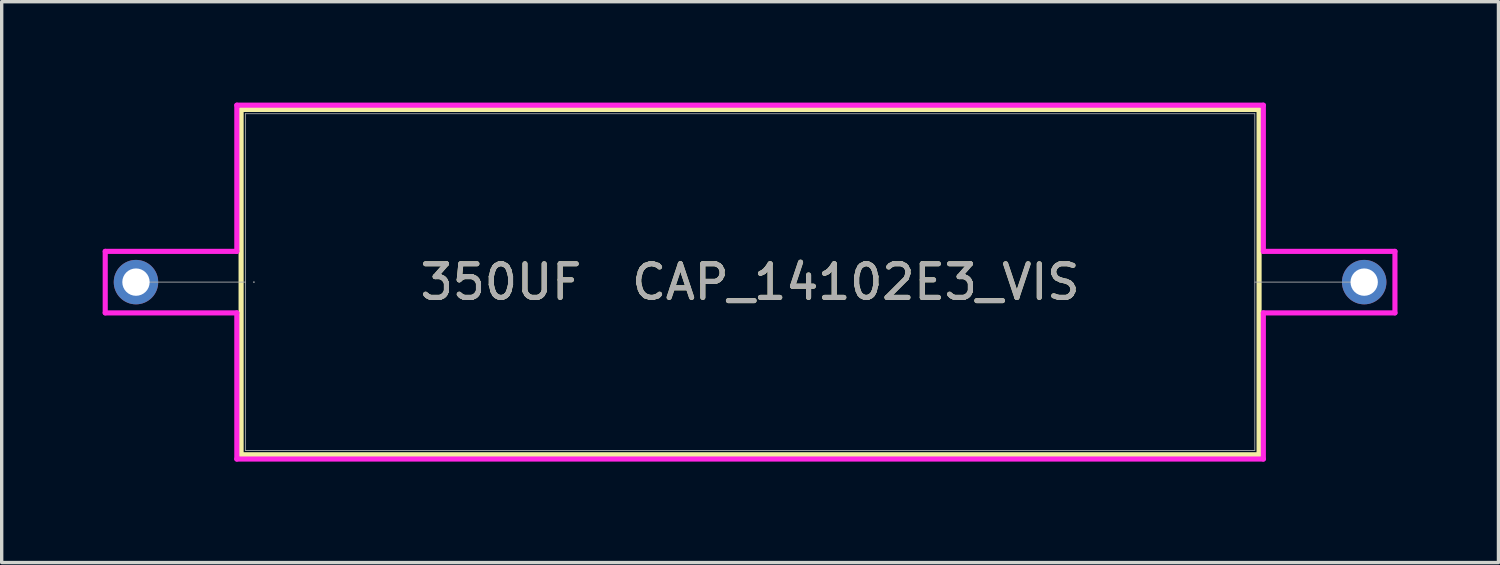
<source format=kicad_pcb>
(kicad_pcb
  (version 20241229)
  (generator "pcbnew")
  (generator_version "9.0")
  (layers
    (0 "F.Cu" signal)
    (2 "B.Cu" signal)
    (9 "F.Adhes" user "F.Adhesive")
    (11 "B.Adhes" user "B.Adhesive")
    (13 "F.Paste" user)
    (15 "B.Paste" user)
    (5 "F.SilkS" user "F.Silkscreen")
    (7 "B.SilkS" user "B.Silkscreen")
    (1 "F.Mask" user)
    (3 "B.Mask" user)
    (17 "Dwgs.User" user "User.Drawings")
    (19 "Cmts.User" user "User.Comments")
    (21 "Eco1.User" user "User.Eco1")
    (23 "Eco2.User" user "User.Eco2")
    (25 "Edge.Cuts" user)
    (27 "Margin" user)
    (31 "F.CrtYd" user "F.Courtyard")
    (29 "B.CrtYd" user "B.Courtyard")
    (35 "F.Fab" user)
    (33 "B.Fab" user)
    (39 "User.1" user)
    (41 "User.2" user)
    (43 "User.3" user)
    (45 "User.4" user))
  (footprint "350UF  CAP_14102E3_VIS"
    (layer "F.Cu")
    (at 0.991 5.334)
    (property "Reference" "350UF  CAP_14102E3_VIS" (at 18.25 0 0) (unlocked yes) (layer "F.SilkS") (effects (font (size 1 1) (thickness 0.15))))
    (attr through_hole)
    (fp_line (start 3.124 -5.131) (end 3.124 5.131) (stroke (width 0.152) (type solid)) (layer "F.SilkS"))
    (fp_line (start 3.124 5.131) (end 33.376 5.131) (stroke (width 0.152) (type solid)) (layer "F.SilkS"))
    (fp_line (start 33.376 -5.131) (end 3.124 -5.131) (stroke (width 0.152) (type solid)) (layer "F.SilkS"))
    (fp_line (start 33.376 5.131) (end 33.376 -5.131) (stroke (width 0.152) (type solid)) (layer "F.SilkS"))
    (fp_line (start -0.914 -0.914) (end 2.997 -0.914) (stroke (width 0.152) (type solid)) (layer "F.CrtYd"))
    (fp_line (start -0.914 0.914) (end -0.914 -0.914) (stroke (width 0.152) (type solid)) (layer "F.CrtYd"))
    (fp_line (start 2.997 -5.258) (end 33.503 -5.258) (stroke (width 0.152) (type solid)) (layer "F.CrtYd"))
    (fp_line (start 2.997 -0.914) (end 2.997 -5.258) (stroke (width 0.152) (type solid)) (layer "F.CrtYd"))
    (fp_line (start 2.997 0.914) (end -0.914 0.914) (stroke (width 0.152) (type solid)) (layer "F.CrtYd"))
    (fp_line (start 2.997 5.258) (end 2.997 0.914) (stroke (width 0.152) (type solid)) (layer "F.CrtYd"))
    (fp_line (start 2.997 5.258) (end 33.503 5.258) (stroke (width 0.152) (type solid)) (layer "F.CrtYd"))
    (fp_line (start 33.503 -5.258) (end 33.503 -0.914) (stroke (width 0.152) (type solid)) (layer "F.CrtYd"))
    (fp_line (start 33.503 -0.914) (end 37.414 -0.914) (stroke (width 0.152) (type solid)) (layer "F.CrtYd"))
    (fp_line (start 33.503 0.914) (end 33.503 5.258) (stroke (width 0.152) (type solid)) (layer "F.CrtYd"))
    (fp_line (start 37.414 -0.914) (end 37.414 0.914) (stroke (width 0.152) (type solid)) (layer "F.CrtYd"))
    (fp_line (start 37.414 0.914) (end 33.503 0.914) (stroke (width 0.152) (type solid)) (layer "F.CrtYd"))
    (fp_line (start 0 0) (end 3.251 0) (stroke (width 0.025) (type solid)) (layer "F.Fab"))
    (fp_line (start 3.251 -5.004) (end 3.251 5.004) (stroke (width 0.025) (type solid)) (layer "F.Fab"))
    (fp_line (start 3.251 5.004) (end 33.249 5.004) (stroke (width 0.025) (type solid)) (layer "F.Fab"))
    (fp_line (start 33.249 -5.004) (end 3.251 -5.004) (stroke (width 0.025) (type solid)) (layer "F.Fab"))
    (fp_line (start 33.249 5.004) (end 33.249 -5.004) (stroke (width 0.025) (type solid)) (layer "F.Fab"))
    (fp_line (start 36.5 0) (end 33.249 0) (stroke (width 0.025) (type solid)) (layer "F.Fab"))
    (fp_circle (center 3.505 0) (end 3.505 0) (stroke (width 0.025) (type solid)) (fill no) (layer "F.Fab"))
    (fp_text user "${REFERENCE}" (at 18.25 0 0) (unlocked yes) (layer "F.Fab") (effects (font (size 1 1) (thickness 0.15))))
    (pad "1" thru_hole circle (at 0 0) (size 1.321 1.321) (drill 0.813) (layers "*.Cu" "*.Mask"))
    (pad "2" thru_hole circle (at 36.5 0) (size 1.321 1.321) (drill 0.813) (layers "*.Cu" "*.Mask")))
  (gr_rect
    (start -3 -3)
    (end 41.481 13.668)
    (stroke (width 0.1) (type default))
    (fill no)
    (layer "Edge.Cuts")))
</source>
